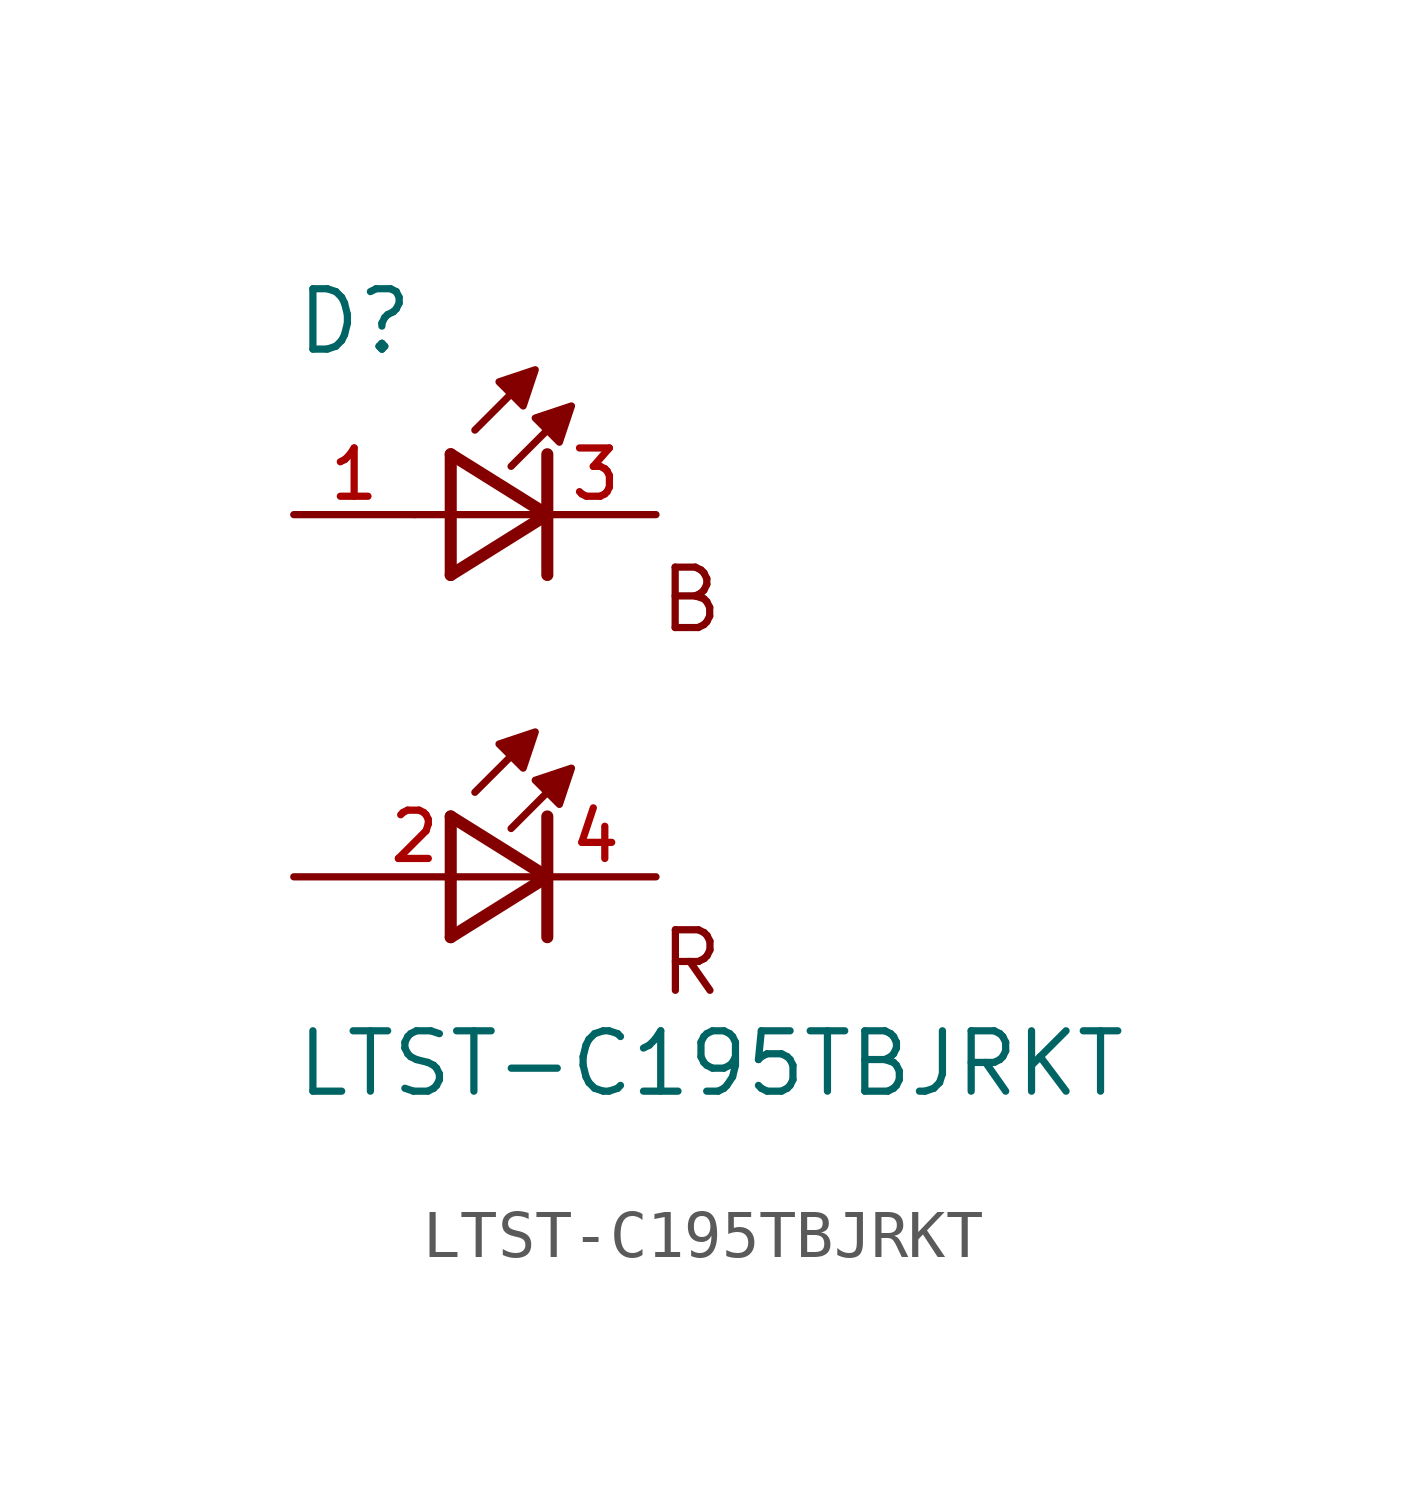
<source format=kicad_sym>
(kicad_symbol_lib
  (version 20211014)
  (generator kicad_symbol_editor)
  (symbol "LTST-C195TBJRKT"
    (pin_names
      (offset 1.016))
    (property "Reference" "D"
      (at -2.54 8.399 0)
      (effects (font (size 1.27 1.27)) (justify bottom left)))
    (property "Value" "LTST-C195TBJRKT"
      (at -2.54 -7.213 0)
      (effects (font (size 1.27 1.27)) (justify bottom left)))
    (symbol "LTST-C195TBJRKT_0_0"
      (polyline (pts (xy 0.762 6.35) (xy 2.794 5.08)) (stroke (width 0.254)))
      (polyline (pts (xy 2.794 5.08) (xy 0.762 3.81)) (stroke (width 0.254)))
      (polyline (pts (xy 2.794 6.35) (xy 2.794 5.08)) (stroke (width 0.254)))
      (polyline (pts (xy 2.794 5.08) (xy 2.794 3.81)) (stroke (width 0.254)))
      (polyline (pts (xy 0.762 6.35) (xy 0.762 3.81)) (stroke (width 0.254)))
      (polyline (pts (xy 2.032 6.096) (xy 2.921 6.985)) (stroke (width 0.152)))
      (polyline (pts (xy 1.27 6.858) (xy 2.159 7.747)) (stroke (width 0.152)))
      (polyline (pts (xy 0.762 -1.27) (xy 2.794 -2.54)) (stroke (width 0.254)))
      (polyline (pts (xy 2.794 -2.54) (xy 0.762 -3.81)) (stroke (width 0.254)))
      (polyline (pts (xy 2.794 -1.27) (xy 2.794 -2.54)) (stroke (width 0.254)))
      (polyline (pts (xy 2.794 -2.54) (xy 2.794 -3.81)) (stroke (width 0.254)))
      (polyline (pts (xy 0.762 -1.27) (xy 0.762 -3.81)) (stroke (width 0.254)))
      (polyline (pts (xy 2.032 -1.524) (xy 2.921 -0.635)) (stroke (width 0.152)))
      (polyline (pts (xy 1.27 -0.762) (xy 2.159 0.127)) (stroke (width 0.152)))
      (polyline (pts (xy 0.0 5.08) (xy 2.54 5.08)) (stroke (width 0.152)))
      (text "R" (at 5.085 -5.091 0) (effects (font (size 1.273 1.273)) (justify bottom left)))
      (text "B" (at 5.081 2.541 0) (effects (font (size 1.271 1.271)) (justify bottom left)))
      (polyline (pts (xy 3.048 6.604) (xy 3.302 7.366) (xy 2.54 7.112) (xy 3.048 6.604)) (stroke (width 0.152)) (fill (type outline)))
      (polyline (pts (xy 2.286 7.366) (xy 2.54 8.128) (xy 1.778 7.874) (xy 2.286 7.366)) (stroke (width 0.152)) (fill (type outline)))
      (polyline (pts (xy 3.048 -1.016) (xy 3.302 -0.254) (xy 2.54 -0.508) (xy 3.048 -1.016)) (stroke (width 0.152)) (fill (type outline)))
      (polyline (pts (xy 2.286 -0.254) (xy 2.54 0.508) (xy 1.778 0.254) (xy 2.286 -0.254)) (stroke (width 0.152)) (fill (type outline)))
      (pin passive line (at -2.54 5.08 0) (length 2.54) (name "~" (effects (font (size 1.016 1.016)))) (number "1" (effects (font (size 1.016 1.016)))))
      (pin passive line (at -2.54 -2.54 0) (length 5.08) (name "~" (effects (font (size 1.016 1.016)))) (number "2" (effects (font (size 1.016 1.016)))))
      (pin passive line (at 5.08 5.08 180.0) (length 2.54) (name "~" (effects (font (size 1.016 1.016)))) (number "3" (effects (font (size 1.016 1.016)))))
      (pin passive line (at 5.08 -2.54 180.0) (length 2.54) (name "~" (effects (font (size 1.016 1.016)))) (number "4" (effects (font (size 1.016 1.016))))))))
</source>
